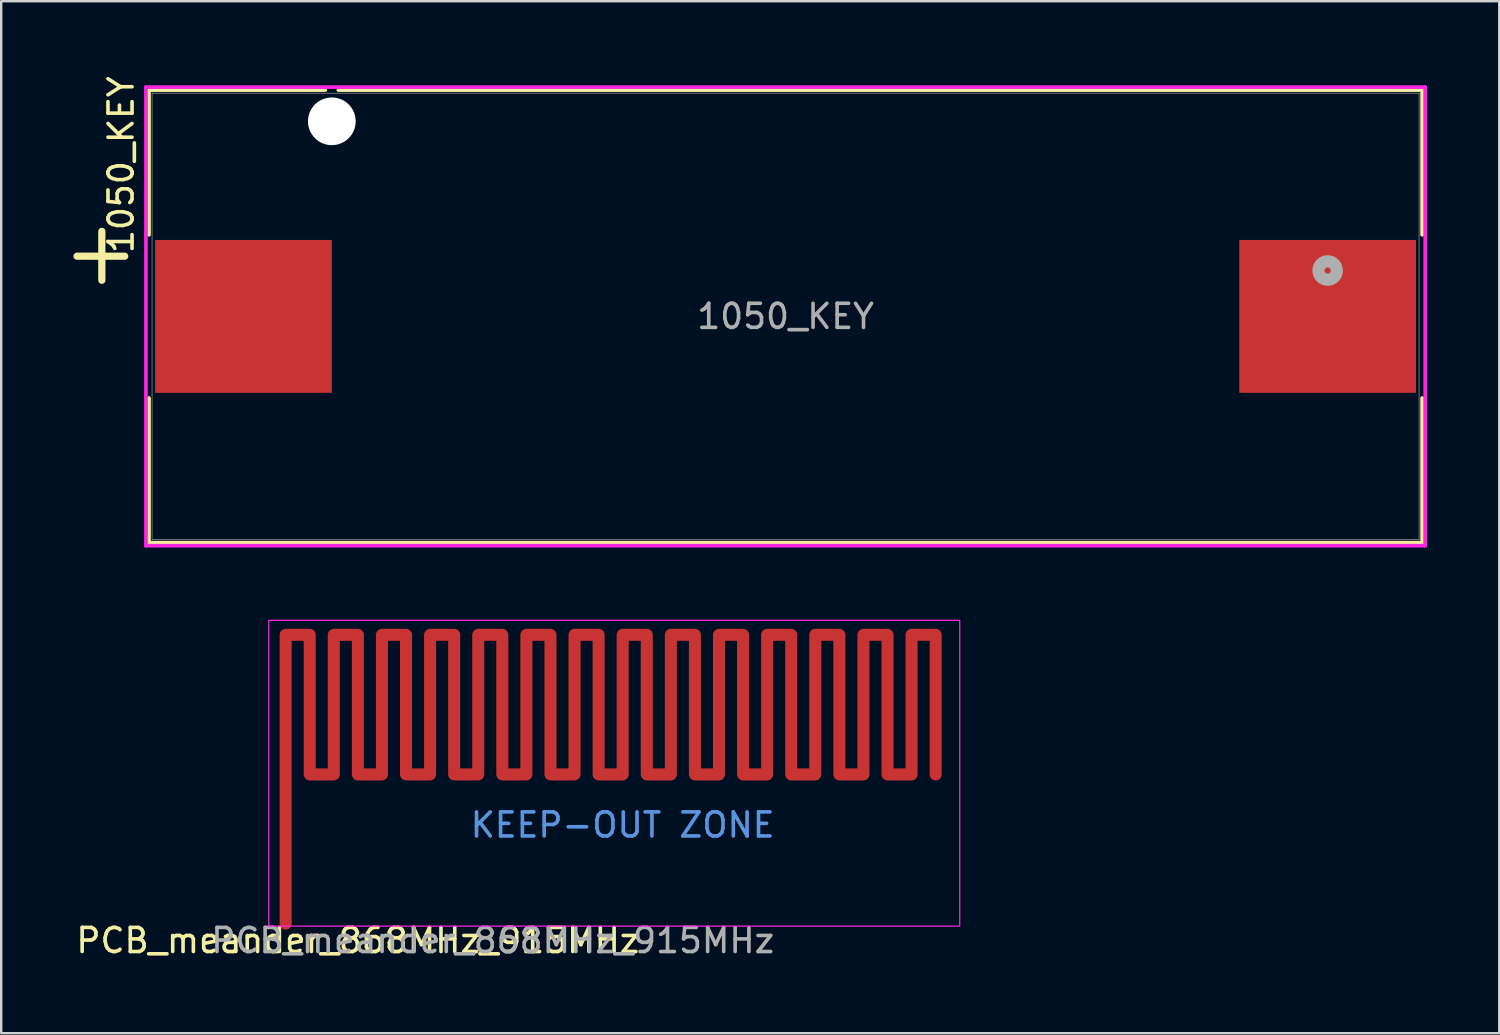
<source format=kicad_pcb>
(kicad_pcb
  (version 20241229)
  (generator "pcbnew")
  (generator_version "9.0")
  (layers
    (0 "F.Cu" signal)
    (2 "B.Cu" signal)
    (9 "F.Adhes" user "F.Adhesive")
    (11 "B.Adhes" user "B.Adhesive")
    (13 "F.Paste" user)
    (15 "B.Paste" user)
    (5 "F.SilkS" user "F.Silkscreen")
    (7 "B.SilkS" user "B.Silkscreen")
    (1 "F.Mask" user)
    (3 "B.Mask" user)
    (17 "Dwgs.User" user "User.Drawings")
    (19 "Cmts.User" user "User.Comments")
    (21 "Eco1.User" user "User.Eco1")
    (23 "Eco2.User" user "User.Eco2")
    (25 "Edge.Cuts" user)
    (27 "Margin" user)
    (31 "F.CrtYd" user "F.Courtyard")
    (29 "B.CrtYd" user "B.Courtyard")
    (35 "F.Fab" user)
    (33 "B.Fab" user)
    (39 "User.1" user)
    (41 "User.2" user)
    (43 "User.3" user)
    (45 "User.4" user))
  (footprint "PCB_meander_868MHz_915MHz"
    (layer "F.Cu")
    (at 17.815 29.418)
    (property "Reference" "PCB_meander_868MHz_915MHz" (at -6 6.6 0) (layer "F.SilkS") (effects (font (size 1 1) (thickness 0.15))))
    (attr smd)
    (fp_rect (start 19 6) (end -9.7 -6.7) (stroke (width 0.05) (type solid)) (fill no) (layer "F.CrtYd"))
    (fp_text user "KEEP-OUT ZONE" (at 5 1.8 0) (layer "Cmts.User") (effects (font (size 1 1) (thickness 0.15))))
    (fp_text user "${REFERENCE}" (at -0.4 6.6 0) (layer "F.Fab") (effects (font (size 1 1) (thickness 0.15))))
    (pad "1" smd custom (at -9 5.9 180) (size 0.4 0.4) (layers "F.Cu") (options (anchor circle)) (primitives (gr_line (start 0 0) (end 0 12) (width 0.5)) (gr_line (start 0 12) (end -1 12) (width 0.5)) (gr_line (start -1 12) (end -1 6.2) (width 0.5)) (gr_line (start -1 6.2) (end -2 6.2) (width 0.5)) (gr_line (start -2 12) (end -2 6.2) (width 0.5)) (gr_line (start -2 12) (end -3 12) (width 0.5)) (gr_line (start -3 12) (end -3 6.2) (width 0.5)) (gr_line (start -3 6.2) (end -4 6.2) (width 0.5)) (gr_line (start -4 12) (end -4 6.2) (width 0.5)) (gr_line (start -4 12) (end -5 12) (width 0.5)) (gr_line (start -5 12) (end -5 6.2) (width 0.5)) (gr_line (start -5 6.2) (end -6 6.2) (width 0.5)) (gr_line (start -6 12) (end -6 6.2) (width 0.5)) (gr_line (start -6 12) (end -7 12) (width 0.5)) (gr_line (start -7 12) (end -7 6.2) (width 0.5)) (gr_line (start -7 6.2) (end -8 6.2) (width 0.5)) (gr_line (start -8 12) (end -8 6.2) (width 0.5)) (gr_line (start -8 12) (end -9 12) (width 0.5)) (gr_line (start -9 12) (end -9 6.2) (width 0.5)) (gr_line (start -9 6.2) (end -10 6.2) (width 0.5)) (gr_line (start -10 12) (end -10 6.2) (width 0.5)) (gr_line (start -10 12) (end -11 12) (width 0.5)) (gr_line (start -11 12) (end -11 6.2) (width 0.5)) (gr_line (start -11 6.2) (end -12 6.2) (width 0.5)) (gr_line (start -12 12) (end -12 6.2) (width 0.5)) (gr_line (start -12 12) (end -13 12) (width 0.5)) (gr_line (start -13 12) (end -13 6.2) (width 0.5)) (gr_line (start -13 6.2) (end -14 6.2) (width 0.5)) (gr_line (start -14 12) (end -14 6.2) (width 0.5)) (gr_line (start -14 12) (end -15 12) (width 0.5)) (gr_line (start -15 12) (end -15 6.2) (width 0.5)) (gr_line (start -15 6.2) (end -16 6.2) (width 0.5)) (gr_line (start -16 12) (end -16 6.2) (width 0.5)) (gr_line (start -16 12) (end -17 12) (width 0.5)) (gr_line (start -17 12) (end -17 6.2) (width 0.5)) (gr_line (start -17 6.2) (end -18 6.2) (width 0.5)) (gr_line (start -18 12) (end -18 6.2) (width 0.5)) (gr_line (start -18 12) (end -19 12) (width 0.5)) (gr_line (start -19 12) (end -19 6.2) (width 0.5)) (gr_line (start -19 6.2) (end -20 6.2) (width 0.5)) (gr_line (start -20 12) (end -20 6.2) (width 0.5)) (gr_line (start -20 12) (end -21 12) (width 0.5)) (gr_line (start -21 12) (end -21 6.2) (width 0.5)) (gr_line (start -21 6.2) (end -22 6.2) (width 0.5)) (gr_line (start -22 12) (end -22 6.2) (width 0.5)) (gr_line (start -22 12) (end -23 12) (width 0.5)) (gr_line (start -23 12) (end -23 6.2) (width 0.5)) (gr_line (start -23 6.2) (end -24 6.2) (width 0.5)) (gr_line (start -24 12) (end -24 6.2) (width 0.5)) (gr_line (start -24 12) (end -25 12) (width 0.5)) (gr_line (start -25 12) (end -25 6.2) (width 0.5)) (gr_line (start -25 6.2) (end -26 6.2) (width 0.5)) (gr_line (start -26 12) (end -26 6.2) (width 0.5)) (gr_line (start -26 12) (end -27 12) (width 0.5)) (gr_line (start -27 12) (end -27 6.2) (width 0.5)))))
  (footprint "1050_KEY"
    (layer "F.Cu")
    (at 29.58 10.092)
    (property "Reference" "1050_KEY" (at -27.6 -6.3 90) (unlocked yes) (layer "F.SilkS") (effects (font (size 1 1) (thickness 0.15))))
    (attr smd)
    (fp_line (start -29.43 -2.5) (end -27.45 -2.5) (stroke (width 0.3) (type default)) (layer "F.SilkS"))
    (fp_line (start -28.4 -3.53) (end -28.4 -1.5) (stroke (width 0.3) (type default)) (layer "F.SilkS"))
    (fp_line (start -26.441 -9.398) (end -26.441 -3.39) (stroke (width 0.152) (type solid)) (layer "F.SilkS"))
    (fp_line (start -26.441 3.39) (end -26.441 9.398) (stroke (width 0.152) (type solid)) (layer "F.SilkS"))
    (fp_line (start -26.441 9.398) (end 26.441 9.398) (stroke (width 0.152) (type solid)) (layer "F.SilkS"))
    (fp_line (start -19.117 -9.398) (end -26.441 -9.398) (stroke (width 0.152) (type solid)) (layer "F.SilkS"))
    (fp_line (start 26.441 -9.398) (end -18.576 -9.398) (stroke (width 0.152) (type solid)) (layer "F.SilkS"))
    (fp_line (start 26.441 -3.39) (end 26.441 -9.398) (stroke (width 0.152) (type solid)) (layer "F.SilkS"))
    (fp_line (start 26.441 9.398) (end 26.441 3.39) (stroke (width 0.152) (type solid)) (layer "F.SilkS"))
    (fp_line (start -26.568 -9.525) (end -26.568 9.525) (stroke (width 0.152) (type solid)) (layer "F.CrtYd"))
    (fp_line (start -26.568 9.525) (end 26.568 9.525) (stroke (width 0.152) (type solid)) (layer "F.CrtYd"))
    (fp_line (start 26.568 -9.525) (end -26.568 -9.525) (stroke (width 0.152) (type solid)) (layer "F.CrtYd"))
    (fp_line (start 26.568 9.525) (end 26.568 -9.525) (stroke (width 0.152) (type solid)) (layer "F.CrtYd"))
    (fp_line (start -26.314 -9.271) (end -26.314 9.271) (stroke (width 0.025) (type solid)) (layer "F.Fab"))
    (fp_line (start -26.314 9.271) (end 26.314 9.271) (stroke (width 0.025) (type solid)) (layer "F.Fab"))
    (fp_line (start 26.314 -9.271) (end -26.314 -9.271) (stroke (width 0.025) (type solid)) (layer "F.Fab"))
    (fp_line (start 26.314 9.271) (end 26.314 -9.271) (stroke (width 0.025) (type solid)) (layer "F.Fab"))
    (fp_circle (center 22.517 -1.905) (end 22.898 -1.905) (stroke (width 0.508) (type solid)) (fill no) (layer "F.Fab"))
    (fp_text user "${REFERENCE}" (at 0 0 0) (unlocked yes) (layer "F.Fab") (effects (font (size 1 1) (thickness 0.15))))
    (pad "" np_thru_hole circle (at -18.847 -8.103 90) (size 1.981 1.981) (drill 1.981) (layers "*.Cu" "*.Mask"))
    (pad "1" smd rect (at -22.517 0) (size 7.341 6.35) (layers "F.Cu" "F.Mask" "F.Paste"))
    (pad "2" smd rect (at 22.517 0) (size 7.341 6.35) (layers "F.Cu" "F.Mask" "F.Paste")))
  (gr_rect
    (start -3 -3)
    (end 59.225 39.866)
    (stroke (width 0.1) (type default))
    (fill no)
    (layer "Edge.Cuts")))
</source>
